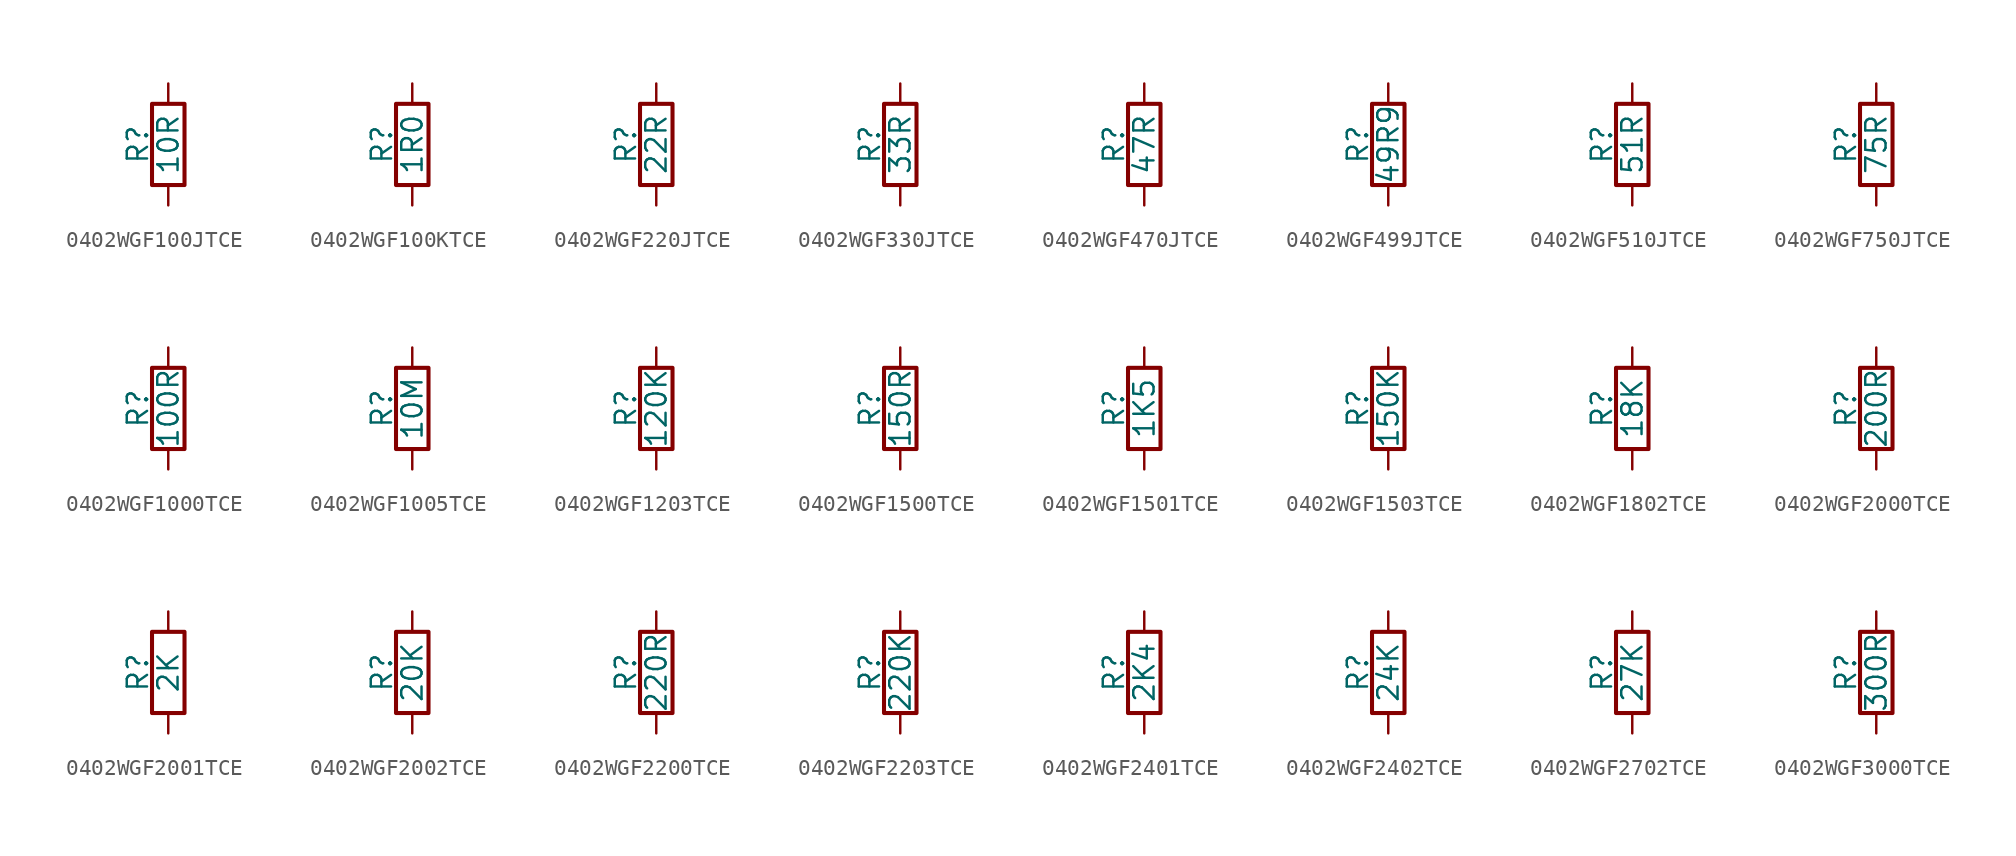
<source format=kicad_sym>
(kicad_symbol_lib
  (version 20211014)
  (generator conandllu_kicad_symbol_generator_20230404_23:29:43)
  (symbol "0402WGF100JTCE"
    (pin_numbers hide)
    (pin_names
      (offset 0))
    (property "Reference" "R"
      (at -1.905 0 90)
      (effects (font (size 1.27 1.27))))
    (property "Value" "10R"
      (at 0 0 90)
      (effects (font (size 1.27 1.27))))
    (symbol "0402WGF100JTCE_0_1"
      (rectangle (start -1.016 -2.54) (end 1.016 2.54) (stroke (width 0.254) (type default) (color 0 0 0 0)) (fill (type none))))
    (symbol "0402WGF100JTCE_1_1"
      (pin passive line (at 0 3.81 270) (length 1.27) (name "~" (effects (font (size 1.27 1.27)))) (number "1" (effects (font (size 1.27 1.27)))))
      (pin passive line (at 0 -3.81 90) (length 1.27) (name "~" (effects (font (size 1.27 1.27)))) (number "2" (effects (font (size 1.27 1.27)))))))
  (symbol "0402WGF100KTCE"
    (pin_numbers hide)
    (pin_names
      (offset 0))
    (property "Reference" "R"
      (at -1.905 0 90)
      (effects (font (size 1.27 1.27))))
    (property "Value" "1R0"
      (at 0 0 90)
      (effects (font (size 1.27 1.27))))
    (symbol "0402WGF100KTCE_0_1"
      (rectangle (start -1.016 -2.54) (end 1.016 2.54) (stroke (width 0.254) (type default) (color 0 0 0 0)) (fill (type none))))
    (symbol "0402WGF100KTCE_1_1"
      (pin passive line (at 0 3.81 270) (length 1.27) (name "~" (effects (font (size 1.27 1.27)))) (number "1" (effects (font (size 1.27 1.27)))))
      (pin passive line (at 0 -3.81 90) (length 1.27) (name "~" (effects (font (size 1.27 1.27)))) (number "2" (effects (font (size 1.27 1.27)))))))
  (symbol "0402WGF220JTCE"
    (pin_numbers hide)
    (pin_names
      (offset 0))
    (property "Reference" "R"
      (at -1.905 0 90)
      (effects (font (size 1.27 1.27))))
    (property "Value" "22R"
      (at 0 0 90)
      (effects (font (size 1.27 1.27))))
    (symbol "0402WGF220JTCE_0_1"
      (rectangle (start -1.016 -2.54) (end 1.016 2.54) (stroke (width 0.254) (type default) (color 0 0 0 0)) (fill (type none))))
    (symbol "0402WGF220JTCE_1_1"
      (pin passive line (at 0 3.81 270) (length 1.27) (name "~" (effects (font (size 1.27 1.27)))) (number "1" (effects (font (size 1.27 1.27)))))
      (pin passive line (at 0 -3.81 90) (length 1.27) (name "~" (effects (font (size 1.27 1.27)))) (number "2" (effects (font (size 1.27 1.27)))))))
  (symbol "0402WGF330JTCE"
    (pin_numbers hide)
    (pin_names
      (offset 0))
    (property "Reference" "R"
      (at -1.905 0 90)
      (effects (font (size 1.27 1.27))))
    (property "Value" "33R"
      (at 0 0 90)
      (effects (font (size 1.27 1.27))))
    (symbol "0402WGF330JTCE_0_1"
      (rectangle (start -1.016 -2.54) (end 1.016 2.54) (stroke (width 0.254) (type default) (color 0 0 0 0)) (fill (type none))))
    (symbol "0402WGF330JTCE_1_1"
      (pin passive line (at 0 3.81 270) (length 1.27) (name "~" (effects (font (size 1.27 1.27)))) (number "1" (effects (font (size 1.27 1.27)))))
      (pin passive line (at 0 -3.81 90) (length 1.27) (name "~" (effects (font (size 1.27 1.27)))) (number "2" (effects (font (size 1.27 1.27)))))))
  (symbol "0402WGF470JTCE"
    (pin_numbers hide)
    (pin_names
      (offset 0))
    (property "Reference" "R"
      (at -1.905 0 90)
      (effects (font (size 1.27 1.27))))
    (property "Value" "47R"
      (at 0 0 90)
      (effects (font (size 1.27 1.27))))
    (symbol "0402WGF470JTCE_0_1"
      (rectangle (start -1.016 -2.54) (end 1.016 2.54) (stroke (width 0.254) (type default) (color 0 0 0 0)) (fill (type none))))
    (symbol "0402WGF470JTCE_1_1"
      (pin passive line (at 0 3.81 270) (length 1.27) (name "~" (effects (font (size 1.27 1.27)))) (number "1" (effects (font (size 1.27 1.27)))))
      (pin passive line (at 0 -3.81 90) (length 1.27) (name "~" (effects (font (size 1.27 1.27)))) (number "2" (effects (font (size 1.27 1.27)))))))
  (symbol "0402WGF499JTCE"
    (pin_numbers hide)
    (pin_names
      (offset 0))
    (property "Reference" "R"
      (at -1.905 0 90)
      (effects (font (size 1.27 1.27))))
    (property "Value" "49R9"
      (at 0 0 90)
      (effects (font (size 1.27 1.27))))
    (symbol "0402WGF499JTCE_0_1"
      (rectangle (start -1.016 -2.54) (end 1.016 2.54) (stroke (width 0.254) (type default) (color 0 0 0 0)) (fill (type none))))
    (symbol "0402WGF499JTCE_1_1"
      (pin passive line (at 0 3.81 270) (length 1.27) (name "~" (effects (font (size 1.27 1.27)))) (number "1" (effects (font (size 1.27 1.27)))))
      (pin passive line (at 0 -3.81 90) (length 1.27) (name "~" (effects (font (size 1.27 1.27)))) (number "2" (effects (font (size 1.27 1.27)))))))
  (symbol "0402WGF510JTCE"
    (pin_numbers hide)
    (pin_names
      (offset 0))
    (property "Reference" "R"
      (at -1.905 0 90)
      (effects (font (size 1.27 1.27))))
    (property "Value" "51R"
      (at 0 0 90)
      (effects (font (size 1.27 1.27))))
    (symbol "0402WGF510JTCE_0_1"
      (rectangle (start -1.016 -2.54) (end 1.016 2.54) (stroke (width 0.254) (type default) (color 0 0 0 0)) (fill (type none))))
    (symbol "0402WGF510JTCE_1_1"
      (pin passive line (at 0 3.81 270) (length 1.27) (name "~" (effects (font (size 1.27 1.27)))) (number "1" (effects (font (size 1.27 1.27)))))
      (pin passive line (at 0 -3.81 90) (length 1.27) (name "~" (effects (font (size 1.27 1.27)))) (number "2" (effects (font (size 1.27 1.27)))))))
  (symbol "0402WGF750JTCE"
    (pin_numbers hide)
    (pin_names
      (offset 0))
    (property "Reference" "R"
      (at -1.905 0 90)
      (effects (font (size 1.27 1.27))))
    (property "Value" "75R"
      (at 0 0 90)
      (effects (font (size 1.27 1.27))))
    (symbol "0402WGF750JTCE_0_1"
      (rectangle (start -1.016 -2.54) (end 1.016 2.54) (stroke (width 0.254) (type default) (color 0 0 0 0)) (fill (type none))))
    (symbol "0402WGF750JTCE_1_1"
      (pin passive line (at 0 3.81 270) (length 1.27) (name "~" (effects (font (size 1.27 1.27)))) (number "1" (effects (font (size 1.27 1.27)))))
      (pin passive line (at 0 -3.81 90) (length 1.27) (name "~" (effects (font (size 1.27 1.27)))) (number "2" (effects (font (size 1.27 1.27)))))))
  (symbol "0402WGF1000TCE"
    (pin_numbers hide)
    (pin_names
      (offset 0))
    (property "Reference" "R"
      (at -1.905 0 90)
      (effects (font (size 1.27 1.27))))
    (property "Value" "100R"
      (at 0 0 90)
      (effects (font (size 1.27 1.27))))
    (symbol "0402WGF1000TCE_0_1"
      (rectangle (start -1.016 -2.54) (end 1.016 2.54) (stroke (width 0.254) (type default) (color 0 0 0 0)) (fill (type none))))
    (symbol "0402WGF1000TCE_1_1"
      (pin passive line (at 0 3.81 270) (length 1.27) (name "~" (effects (font (size 1.27 1.27)))) (number "1" (effects (font (size 1.27 1.27)))))
      (pin passive line (at 0 -3.81 90) (length 1.27) (name "~" (effects (font (size 1.27 1.27)))) (number "2" (effects (font (size 1.27 1.27)))))))
  (symbol "0402WGF1005TCE"
    (pin_numbers hide)
    (pin_names
      (offset 0))
    (property "Reference" "R"
      (at -1.905 0 90)
      (effects (font (size 1.27 1.27))))
    (property "Value" "10M"
      (at 0 0 90)
      (effects (font (size 1.27 1.27))))
    (symbol "0402WGF1005TCE_0_1"
      (rectangle (start -1.016 -2.54) (end 1.016 2.54) (stroke (width 0.254) (type default) (color 0 0 0 0)) (fill (type none))))
    (symbol "0402WGF1005TCE_1_1"
      (pin passive line (at 0 3.81 270) (length 1.27) (name "~" (effects (font (size 1.27 1.27)))) (number "1" (effects (font (size 1.27 1.27)))))
      (pin passive line (at 0 -3.81 90) (length 1.27) (name "~" (effects (font (size 1.27 1.27)))) (number "2" (effects (font (size 1.27 1.27)))))))
  (symbol "0402WGF1203TCE"
    (pin_numbers hide)
    (pin_names
      (offset 0))
    (property "Reference" "R"
      (at -1.905 0 90)
      (effects (font (size 1.27 1.27))))
    (property "Value" "120K"
      (at 0 0 90)
      (effects (font (size 1.27 1.27))))
    (symbol "0402WGF1203TCE_0_1"
      (rectangle (start -1.016 -2.54) (end 1.016 2.54) (stroke (width 0.254) (type default) (color 0 0 0 0)) (fill (type none))))
    (symbol "0402WGF1203TCE_1_1"
      (pin passive line (at 0 3.81 270) (length 1.27) (name "~" (effects (font (size 1.27 1.27)))) (number "1" (effects (font (size 1.27 1.27)))))
      (pin passive line (at 0 -3.81 90) (length 1.27) (name "~" (effects (font (size 1.27 1.27)))) (number "2" (effects (font (size 1.27 1.27)))))))
  (symbol "0402WGF1500TCE"
    (pin_numbers hide)
    (pin_names
      (offset 0))
    (property "Reference" "R"
      (at -1.905 0 90)
      (effects (font (size 1.27 1.27))))
    (property "Value" "150R"
      (at 0 0 90)
      (effects (font (size 1.27 1.27))))
    (symbol "0402WGF1500TCE_0_1"
      (rectangle (start -1.016 -2.54) (end 1.016 2.54) (stroke (width 0.254) (type default) (color 0 0 0 0)) (fill (type none))))
    (symbol "0402WGF1500TCE_1_1"
      (pin passive line (at 0 3.81 270) (length 1.27) (name "~" (effects (font (size 1.27 1.27)))) (number "1" (effects (font (size 1.27 1.27)))))
      (pin passive line (at 0 -3.81 90) (length 1.27) (name "~" (effects (font (size 1.27 1.27)))) (number "2" (effects (font (size 1.27 1.27)))))))
  (symbol "0402WGF1501TCE"
    (pin_numbers hide)
    (pin_names
      (offset 0))
    (property "Reference" "R"
      (at -1.905 0 90)
      (effects (font (size 1.27 1.27))))
    (property "Value" "1K5"
      (at 0 0 90)
      (effects (font (size 1.27 1.27))))
    (symbol "0402WGF1501TCE_0_1"
      (rectangle (start -1.016 -2.54) (end 1.016 2.54) (stroke (width 0.254) (type default) (color 0 0 0 0)) (fill (type none))))
    (symbol "0402WGF1501TCE_1_1"
      (pin passive line (at 0 3.81 270) (length 1.27) (name "~" (effects (font (size 1.27 1.27)))) (number "1" (effects (font (size 1.27 1.27)))))
      (pin passive line (at 0 -3.81 90) (length 1.27) (name "~" (effects (font (size 1.27 1.27)))) (number "2" (effects (font (size 1.27 1.27)))))))
  (symbol "0402WGF1503TCE"
    (pin_numbers hide)
    (pin_names
      (offset 0))
    (property "Reference" "R"
      (at -1.905 0 90)
      (effects (font (size 1.27 1.27))))
    (property "Value" "150K"
      (at 0 0 90)
      (effects (font (size 1.27 1.27))))
    (symbol "0402WGF1503TCE_0_1"
      (rectangle (start -1.016 -2.54) (end 1.016 2.54) (stroke (width 0.254) (type default) (color 0 0 0 0)) (fill (type none))))
    (symbol "0402WGF1503TCE_1_1"
      (pin passive line (at 0 3.81 270) (length 1.27) (name "~" (effects (font (size 1.27 1.27)))) (number "1" (effects (font (size 1.27 1.27)))))
      (pin passive line (at 0 -3.81 90) (length 1.27) (name "~" (effects (font (size 1.27 1.27)))) (number "2" (effects (font (size 1.27 1.27)))))))
  (symbol "0402WGF1802TCE"
    (pin_numbers hide)
    (pin_names
      (offset 0))
    (property "Reference" "R"
      (at -1.905 0 90)
      (effects (font (size 1.27 1.27))))
    (property "Value" "18K"
      (at 0 0 90)
      (effects (font (size 1.27 1.27))))
    (symbol "0402WGF1802TCE_0_1"
      (rectangle (start -1.016 -2.54) (end 1.016 2.54) (stroke (width 0.254) (type default) (color 0 0 0 0)) (fill (type none))))
    (symbol "0402WGF1802TCE_1_1"
      (pin passive line (at 0 3.81 270) (length 1.27) (name "~" (effects (font (size 1.27 1.27)))) (number "1" (effects (font (size 1.27 1.27)))))
      (pin passive line (at 0 -3.81 90) (length 1.27) (name "~" (effects (font (size 1.27 1.27)))) (number "2" (effects (font (size 1.27 1.27)))))))
  (symbol "0402WGF2000TCE"
    (pin_numbers hide)
    (pin_names
      (offset 0))
    (property "Reference" "R"
      (at -1.905 0 90)
      (effects (font (size 1.27 1.27))))
    (property "Value" "200R"
      (at 0 0 90)
      (effects (font (size 1.27 1.27))))
    (symbol "0402WGF2000TCE_0_1"
      (rectangle (start -1.016 -2.54) (end 1.016 2.54) (stroke (width 0.254) (type default) (color 0 0 0 0)) (fill (type none))))
    (symbol "0402WGF2000TCE_1_1"
      (pin passive line (at 0 3.81 270) (length 1.27) (name "~" (effects (font (size 1.27 1.27)))) (number "1" (effects (font (size 1.27 1.27)))))
      (pin passive line (at 0 -3.81 90) (length 1.27) (name "~" (effects (font (size 1.27 1.27)))) (number "2" (effects (font (size 1.27 1.27)))))))
  (symbol "0402WGF2001TCE"
    (pin_numbers hide)
    (pin_names
      (offset 0))
    (property "Reference" "R"
      (at -1.905 0 90)
      (effects (font (size 1.27 1.27))))
    (property "Value" "2K"
      (at 0 0 90)
      (effects (font (size 1.27 1.27))))
    (symbol "0402WGF2001TCE_0_1"
      (rectangle (start -1.016 -2.54) (end 1.016 2.54) (stroke (width 0.254) (type default) (color 0 0 0 0)) (fill (type none))))
    (symbol "0402WGF2001TCE_1_1"
      (pin passive line (at 0 3.81 270) (length 1.27) (name "~" (effects (font (size 1.27 1.27)))) (number "1" (effects (font (size 1.27 1.27)))))
      (pin passive line (at 0 -3.81 90) (length 1.27) (name "~" (effects (font (size 1.27 1.27)))) (number "2" (effects (font (size 1.27 1.27)))))))
  (symbol "0402WGF2002TCE"
    (pin_numbers hide)
    (pin_names
      (offset 0))
    (property "Reference" "R"
      (at -1.905 0 90)
      (effects (font (size 1.27 1.27))))
    (property "Value" "20K"
      (at 0 0 90)
      (effects (font (size 1.27 1.27))))
    (symbol "0402WGF2002TCE_0_1"
      (rectangle (start -1.016 -2.54) (end 1.016 2.54) (stroke (width 0.254) (type default) (color 0 0 0 0)) (fill (type none))))
    (symbol "0402WGF2002TCE_1_1"
      (pin passive line (at 0 3.81 270) (length 1.27) (name "~" (effects (font (size 1.27 1.27)))) (number "1" (effects (font (size 1.27 1.27)))))
      (pin passive line (at 0 -3.81 90) (length 1.27) (name "~" (effects (font (size 1.27 1.27)))) (number "2" (effects (font (size 1.27 1.27)))))))
  (symbol "0402WGF2200TCE"
    (pin_numbers hide)
    (pin_names
      (offset 0))
    (property "Reference" "R"
      (at -1.905 0 90)
      (effects (font (size 1.27 1.27))))
    (property "Value" "220R"
      (at 0 0 90)
      (effects (font (size 1.27 1.27))))
    (symbol "0402WGF2200TCE_0_1"
      (rectangle (start -1.016 -2.54) (end 1.016 2.54) (stroke (width 0.254) (type default) (color 0 0 0 0)) (fill (type none))))
    (symbol "0402WGF2200TCE_1_1"
      (pin passive line (at 0 3.81 270) (length 1.27) (name "~" (effects (font (size 1.27 1.27)))) (number "1" (effects (font (size 1.27 1.27)))))
      (pin passive line (at 0 -3.81 90) (length 1.27) (name "~" (effects (font (size 1.27 1.27)))) (number "2" (effects (font (size 1.27 1.27)))))))
  (symbol "0402WGF2203TCE"
    (pin_numbers hide)
    (pin_names
      (offset 0))
    (property "Reference" "R"
      (at -1.905 0 90)
      (effects (font (size 1.27 1.27))))
    (property "Value" "220K"
      (at 0 0 90)
      (effects (font (size 1.27 1.27))))
    (symbol "0402WGF2203TCE_0_1"
      (rectangle (start -1.016 -2.54) (end 1.016 2.54) (stroke (width 0.254) (type default) (color 0 0 0 0)) (fill (type none))))
    (symbol "0402WGF2203TCE_1_1"
      (pin passive line (at 0 3.81 270) (length 1.27) (name "~" (effects (font (size 1.27 1.27)))) (number "1" (effects (font (size 1.27 1.27)))))
      (pin passive line (at 0 -3.81 90) (length 1.27) (name "~" (effects (font (size 1.27 1.27)))) (number "2" (effects (font (size 1.27 1.27)))))))
  (symbol "0402WGF2401TCE"
    (pin_numbers hide)
    (pin_names
      (offset 0))
    (property "Reference" "R"
      (at -1.905 0 90)
      (effects (font (size 1.27 1.27))))
    (property "Value" "2K4"
      (at 0 0 90)
      (effects (font (size 1.27 1.27))))
    (symbol "0402WGF2401TCE_0_1"
      (rectangle (start -1.016 -2.54) (end 1.016 2.54) (stroke (width 0.254) (type default) (color 0 0 0 0)) (fill (type none))))
    (symbol "0402WGF2401TCE_1_1"
      (pin passive line (at 0 3.81 270) (length 1.27) (name "~" (effects (font (size 1.27 1.27)))) (number "1" (effects (font (size 1.27 1.27)))))
      (pin passive line (at 0 -3.81 90) (length 1.27) (name "~" (effects (font (size 1.27 1.27)))) (number "2" (effects (font (size 1.27 1.27)))))))
  (symbol "0402WGF2402TCE"
    (pin_numbers hide)
    (pin_names
      (offset 0))
    (property "Reference" "R"
      (at -1.905 0 90)
      (effects (font (size 1.27 1.27))))
    (property "Value" "24K"
      (at 0 0 90)
      (effects (font (size 1.27 1.27))))
    (symbol "0402WGF2402TCE_0_1"
      (rectangle (start -1.016 -2.54) (end 1.016 2.54) (stroke (width 0.254) (type default) (color 0 0 0 0)) (fill (type none))))
    (symbol "0402WGF2402TCE_1_1"
      (pin passive line (at 0 3.81 270) (length 1.27) (name "~" (effects (font (size 1.27 1.27)))) (number "1" (effects (font (size 1.27 1.27)))))
      (pin passive line (at 0 -3.81 90) (length 1.27) (name "~" (effects (font (size 1.27 1.27)))) (number "2" (effects (font (size 1.27 1.27)))))))
  (symbol "0402WGF2702TCE"
    (pin_numbers hide)
    (pin_names
      (offset 0))
    (property "Reference" "R"
      (at -1.905 0 90)
      (effects (font (size 1.27 1.27))))
    (property "Value" "27K"
      (at 0 0 90)
      (effects (font (size 1.27 1.27))))
    (symbol "0402WGF2702TCE_0_1"
      (rectangle (start -1.016 -2.54) (end 1.016 2.54) (stroke (width 0.254) (type default) (color 0 0 0 0)) (fill (type none))))
    (symbol "0402WGF2702TCE_1_1"
      (pin passive line (at 0 3.81 270) (length 1.27) (name "~" (effects (font (size 1.27 1.27)))) (number "1" (effects (font (size 1.27 1.27)))))
      (pin passive line (at 0 -3.81 90) (length 1.27) (name "~" (effects (font (size 1.27 1.27)))) (number "2" (effects (font (size 1.27 1.27)))))))
  (symbol "0402WGF3000TCE"
    (pin_numbers hide)
    (pin_names
      (offset 0))
    (property "Reference" "R"
      (at -1.905 0 90)
      (effects (font (size 1.27 1.27))))
    (property "Value" "300R"
      (at 0 0 90)
      (effects (font (size 1.27 1.27))))
    (symbol "0402WGF3000TCE_0_1"
      (rectangle (start -1.016 -2.54) (end 1.016 2.54) (stroke (width 0.254) (type default) (color 0 0 0 0)) (fill (type none))))
    (symbol "0402WGF3000TCE_1_1"
      (pin passive line (at 0 3.81 270) (length 1.27) (name "~" (effects (font (size 1.27 1.27)))) (number "1" (effects (font (size 1.27 1.27)))))
      (pin passive line (at 0 -3.81 90) (length 1.27) (name "~" (effects (font (size 1.27 1.27)))) (number "2" (effects (font (size 1.27 1.27))))))))
</source>
